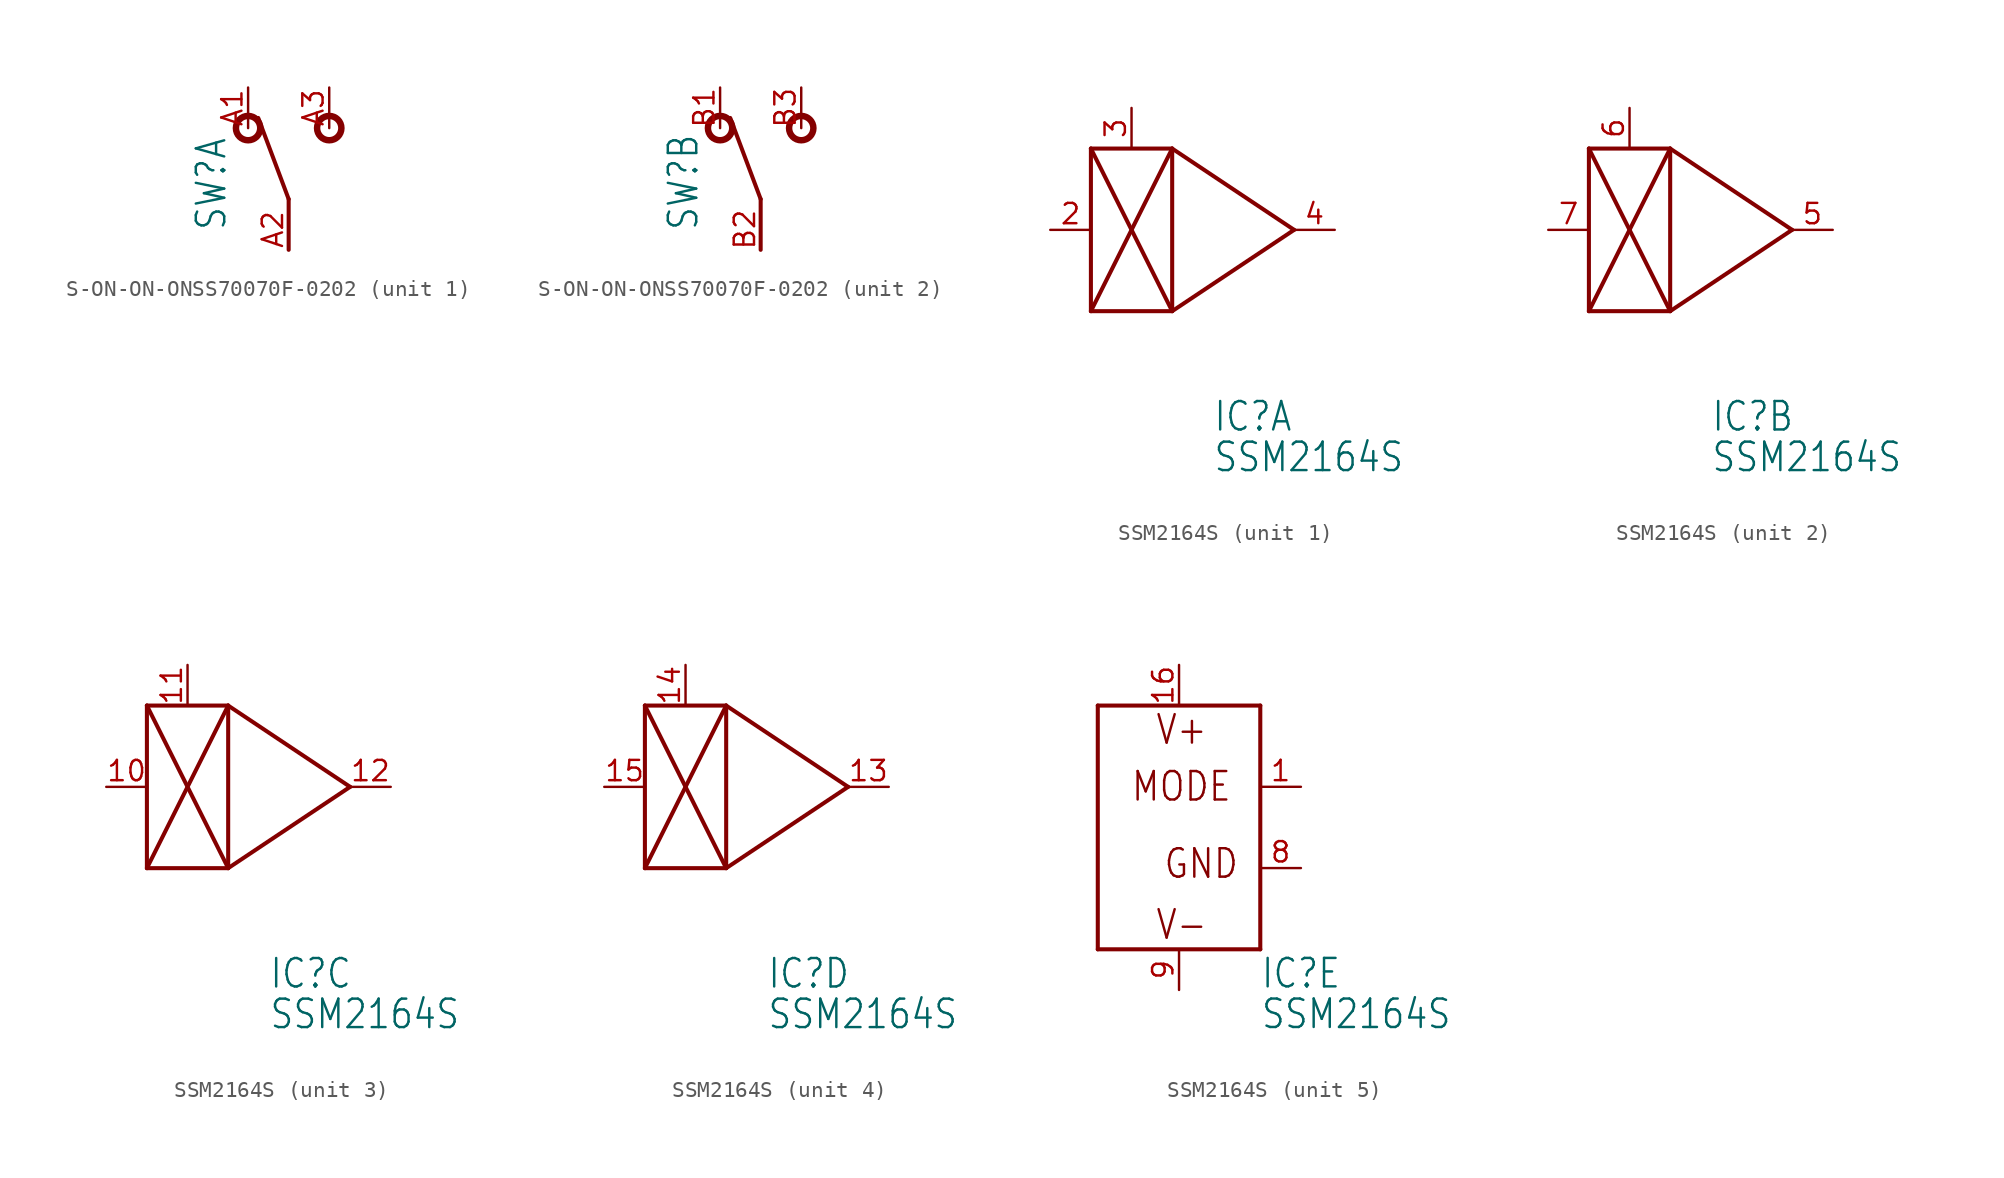
<source format=kicad_sym>
(kicad_symbol_lib
  (version 20211014)
  (generator kicad_symbol_editor)
  (symbol "S-ON-ON-ONSS70070F-0202"
    (property "Reference" "SW"
      (at -3.81 -3.937 90)
      (effects (font (size 1.778 1.511)) (justify left bottom)))
    (property "ki_locked" ""
      (at 0 0 0)
      (effects (font (size 1.27 1.27))))
    (symbol "S-ON-ON-ONSS70070F-0202_1_0"
      (circle (center -2.54 2.54) (radius 0.762) (stroke (width 0.406) (type default) (color 0 0 0 0)) (fill (type none)))
      (polyline (pts (xy 0 -5.08) (xy 0 -1.905)) (stroke (width 0.254) (type default) (color 0 0 0 0)) (fill (type none)))
      (polyline (pts (xy 0 -1.905) (xy -1.905 3.175)) (stroke (width 0.254) (type default) (color 0 0 0 0)) (fill (type none)))
      (circle (center 2.54 2.54) (radius 0.762) (stroke (width 0.406) (type default) (color 0 0 0 0)) (fill (type none)))
      (pin passive line (at -2.54 5.08 270) (length 2.54) (name "1" (effects (font (size 0 0)))) (number "A1" (effects (font (size 1.27 1.27)))))
      (pin passive line (at 0 -5.08 90) (length 2.54) (name "2" (effects (font (size 0 0)))) (number "A2" (effects (font (size 1.27 1.27)))))
      (pin passive line (at 2.54 5.08 270) (length 2.54) (name "3" (effects (font (size 0 0)))) (number "A3" (effects (font (size 1.27 1.27))))))
    (symbol "S-ON-ON-ONSS70070F-0202_2_0"
      (circle (center -2.54 2.54) (radius 0.762) (stroke (width 0.406) (type default) (color 0 0 0 0)) (fill (type none)))
      (polyline (pts (xy 0 -5.08) (xy 0 -1.905)) (stroke (width 0.254) (type default) (color 0 0 0 0)) (fill (type none)))
      (polyline (pts (xy 0 -1.905) (xy -1.905 3.175)) (stroke (width 0.254) (type default) (color 0 0 0 0)) (fill (type none)))
      (circle (center 2.54 2.54) (radius 0.762) (stroke (width 0.406) (type default) (color 0 0 0 0)) (fill (type none)))
      (pin passive line (at -2.54 5.08 270) (length 2.54) (name "1" (effects (font (size 0 0)))) (number "B1" (effects (font (size 1.27 1.27)))))
      (pin passive line (at 0 -5.08 90) (length 2.54) (name "2" (effects (font (size 0 0)))) (number "B2" (effects (font (size 1.27 1.27)))))
      (pin passive line (at 2.54 5.08 270) (length 2.54) (name "3" (effects (font (size 0 0)))) (number "B3" (effects (font (size 1.27 1.27)))))))
  (symbol "SSM2164S"
    (property "Reference" "IC"
      (at 5.08 -12.7 0)
      (effects (font (size 1.778 1.511)) (justify left bottom)))
    (property "Value" "SSM2164S"
      (at 5.08 -15.24 0)
      (effects (font (size 1.778 1.511)) (justify left bottom)))
    (property "ki_locked" ""
      (at 0 0 0)
      (effects (font (size 1.27 1.27))))
    (symbol "SSM2164S_1_0"
      (polyline (pts (xy -2.54 -5.08) (xy 2.54 -5.08)) (stroke (width 0.254) (type default) (color 0 0 0 0)) (fill (type none)))
      (polyline (pts (xy -2.54 -5.08) (xy 2.54 5.08)) (stroke (width 0.254) (type default) (color 0 0 0 0)) (fill (type none)))
      (polyline (pts (xy -2.54 5.08) (xy -2.54 -5.08)) (stroke (width 0.254) (type default) (color 0 0 0 0)) (fill (type none)))
      (polyline (pts (xy -2.54 5.08) (xy 2.54 -5.08)) (stroke (width 0.254) (type default) (color 0 0 0 0)) (fill (type none)))
      (polyline (pts (xy 2.54 -5.08) (xy 2.54 5.08)) (stroke (width 0.254) (type default) (color 0 0 0 0)) (fill (type none)))
      (polyline (pts (xy 2.54 5.08) (xy -2.54 5.08)) (stroke (width 0.254) (type default) (color 0 0 0 0)) (fill (type none)))
      (polyline (pts (xy 2.54 5.08) (xy 10.16 0)) (stroke (width 0.254) (type default) (color 0 0 0 0)) (fill (type none)))
      (polyline (pts (xy 10.16 0) (xy 2.54 -5.08)) (stroke (width 0.254) (type default) (color 0 0 0 0)) (fill (type none)))
      (pin input line (at -5.08 0 0) (length 2.54) (name "IN" (effects (font (size 0 0)))) (number "2" (effects (font (size 1.27 1.27)))))
      (pin input line (at 0 7.62 270) (length 2.54) (name "CTRL" (effects (font (size 0 0)))) (number "3" (effects (font (size 1.27 1.27)))))
      (pin output line (at 12.7 0 180) (length 2.54) (name "OUT" (effects (font (size 0 0)))) (number "4" (effects (font (size 1.27 1.27))))))
    (symbol "SSM2164S_2_0"
      (polyline (pts (xy -2.54 -5.08) (xy 2.54 -5.08)) (stroke (width 0.254) (type default) (color 0 0 0 0)) (fill (type none)))
      (polyline (pts (xy -2.54 -5.08) (xy 2.54 5.08)) (stroke (width 0.254) (type default) (color 0 0 0 0)) (fill (type none)))
      (polyline (pts (xy -2.54 5.08) (xy -2.54 -5.08)) (stroke (width 0.254) (type default) (color 0 0 0 0)) (fill (type none)))
      (polyline (pts (xy -2.54 5.08) (xy 2.54 -5.08)) (stroke (width 0.254) (type default) (color 0 0 0 0)) (fill (type none)))
      (polyline (pts (xy 2.54 -5.08) (xy 2.54 5.08)) (stroke (width 0.254) (type default) (color 0 0 0 0)) (fill (type none)))
      (polyline (pts (xy 2.54 5.08) (xy -2.54 5.08)) (stroke (width 0.254) (type default) (color 0 0 0 0)) (fill (type none)))
      (polyline (pts (xy 2.54 5.08) (xy 10.16 0)) (stroke (width 0.254) (type default) (color 0 0 0 0)) (fill (type none)))
      (polyline (pts (xy 10.16 0) (xy 2.54 -5.08)) (stroke (width 0.254) (type default) (color 0 0 0 0)) (fill (type none)))
      (pin output line (at 12.7 0 180) (length 2.54) (name "OUT" (effects (font (size 0 0)))) (number "5" (effects (font (size 1.27 1.27)))))
      (pin input line (at 0 7.62 270) (length 2.54) (name "CTRL" (effects (font (size 0 0)))) (number "6" (effects (font (size 1.27 1.27)))))
      (pin input line (at -5.08 0 0) (length 2.54) (name "IN" (effects (font (size 0 0)))) (number "7" (effects (font (size 1.27 1.27))))))
    (symbol "SSM2164S_3_0"
      (polyline (pts (xy -2.54 -5.08) (xy 2.54 -5.08)) (stroke (width 0.254) (type default) (color 0 0 0 0)) (fill (type none)))
      (polyline (pts (xy -2.54 -5.08) (xy 2.54 5.08)) (stroke (width 0.254) (type default) (color 0 0 0 0)) (fill (type none)))
      (polyline (pts (xy -2.54 5.08) (xy -2.54 -5.08)) (stroke (width 0.254) (type default) (color 0 0 0 0)) (fill (type none)))
      (polyline (pts (xy -2.54 5.08) (xy 2.54 -5.08)) (stroke (width 0.254) (type default) (color 0 0 0 0)) (fill (type none)))
      (polyline (pts (xy 2.54 -5.08) (xy 2.54 5.08)) (stroke (width 0.254) (type default) (color 0 0 0 0)) (fill (type none)))
      (polyline (pts (xy 2.54 5.08) (xy -2.54 5.08)) (stroke (width 0.254) (type default) (color 0 0 0 0)) (fill (type none)))
      (polyline (pts (xy 2.54 5.08) (xy 10.16 0)) (stroke (width 0.254) (type default) (color 0 0 0 0)) (fill (type none)))
      (polyline (pts (xy 10.16 0) (xy 2.54 -5.08)) (stroke (width 0.254) (type default) (color 0 0 0 0)) (fill (type none)))
      (pin input line (at -5.08 0 0) (length 2.54) (name "IN" (effects (font (size 0 0)))) (number "10" (effects (font (size 1.27 1.27)))))
      (pin input line (at 0 7.62 270) (length 2.54) (name "CTRL" (effects (font (size 0 0)))) (number "11" (effects (font (size 1.27 1.27)))))
      (pin output line (at 12.7 0 180) (length 2.54) (name "OUT" (effects (font (size 0 0)))) (number "12" (effects (font (size 1.27 1.27))))))
    (symbol "SSM2164S_4_0"
      (polyline (pts (xy -2.54 -5.08) (xy 2.54 -5.08)) (stroke (width 0.254) (type default) (color 0 0 0 0)) (fill (type none)))
      (polyline (pts (xy -2.54 -5.08) (xy 2.54 5.08)) (stroke (width 0.254) (type default) (color 0 0 0 0)) (fill (type none)))
      (polyline (pts (xy -2.54 5.08) (xy -2.54 -5.08)) (stroke (width 0.254) (type default) (color 0 0 0 0)) (fill (type none)))
      (polyline (pts (xy -2.54 5.08) (xy 2.54 -5.08)) (stroke (width 0.254) (type default) (color 0 0 0 0)) (fill (type none)))
      (polyline (pts (xy 2.54 -5.08) (xy 2.54 5.08)) (stroke (width 0.254) (type default) (color 0 0 0 0)) (fill (type none)))
      (polyline (pts (xy 2.54 5.08) (xy -2.54 5.08)) (stroke (width 0.254) (type default) (color 0 0 0 0)) (fill (type none)))
      (polyline (pts (xy 2.54 5.08) (xy 10.16 0)) (stroke (width 0.254) (type default) (color 0 0 0 0)) (fill (type none)))
      (polyline (pts (xy 10.16 0) (xy 2.54 -5.08)) (stroke (width 0.254) (type default) (color 0 0 0 0)) (fill (type none)))
      (pin output line (at 12.7 0 180) (length 2.54) (name "OUT" (effects (font (size 0 0)))) (number "13" (effects (font (size 1.27 1.27)))))
      (pin input line (at 0 7.62 270) (length 2.54) (name "CTRL" (effects (font (size 0 0)))) (number "14" (effects (font (size 1.27 1.27)))))
      (pin input line (at -5.08 0 0) (length 2.54) (name "IN" (effects (font (size 0 0)))) (number "15" (effects (font (size 1.27 1.27))))))
    (symbol "SSM2164S_5_0"
      (polyline (pts (xy -5.08 -10.16) (xy -5.08 5.08)) (stroke (width 0.254) (type default) (color 0 0 0 0)) (fill (type none)))
      (polyline (pts (xy -5.08 5.08) (xy 5.08 5.08)) (stroke (width 0.254) (type default) (color 0 0 0 0)) (fill (type none)))
      (polyline (pts (xy 5.08 -10.16) (xy -5.08 -10.16)) (stroke (width 0.254) (type default) (color 0 0 0 0)) (fill (type none)))
      (polyline (pts (xy 5.08 5.08) (xy 5.08 -10.16)) (stroke (width 0.254) (type default) (color 0 0 0 0)) (fill (type none)))
      (text "GND" (at -1.016 -5.842 0) (effects (font (size 1.778 1.511)) (justify left bottom)))
      (text "MODE" (at -3.048 -1.016 0) (effects (font (size 1.778 1.511)) (justify left bottom)))
      (text "V+" (at -1.524 2.54 0) (effects (font (size 1.778 1.511)) (justify left bottom)))
      (text "V-" (at -1.524 -9.652 0) (effects (font (size 1.778 1.511)) (justify left bottom)))
      (pin input line (at 7.62 0 180) (length 2.54) (name "MODE" (effects (font (size 0 0)))) (number "1" (effects (font (size 1.27 1.27)))))
      (pin power_in line (at 0 7.62 270) (length 2.54) (name "V+" (effects (font (size 0 0)))) (number "16" (effects (font (size 1.27 1.27)))))
      (pin power_in line (at 7.62 -5.08 180) (length 2.54) (name "GND" (effects (font (size 0 0)))) (number "8" (effects (font (size 1.27 1.27)))))
      (pin power_in line (at 0 -12.7 90) (length 2.54) (name "V-" (effects (font (size 0 0)))) (number "9" (effects (font (size 1.27 1.27))))))))
</source>
